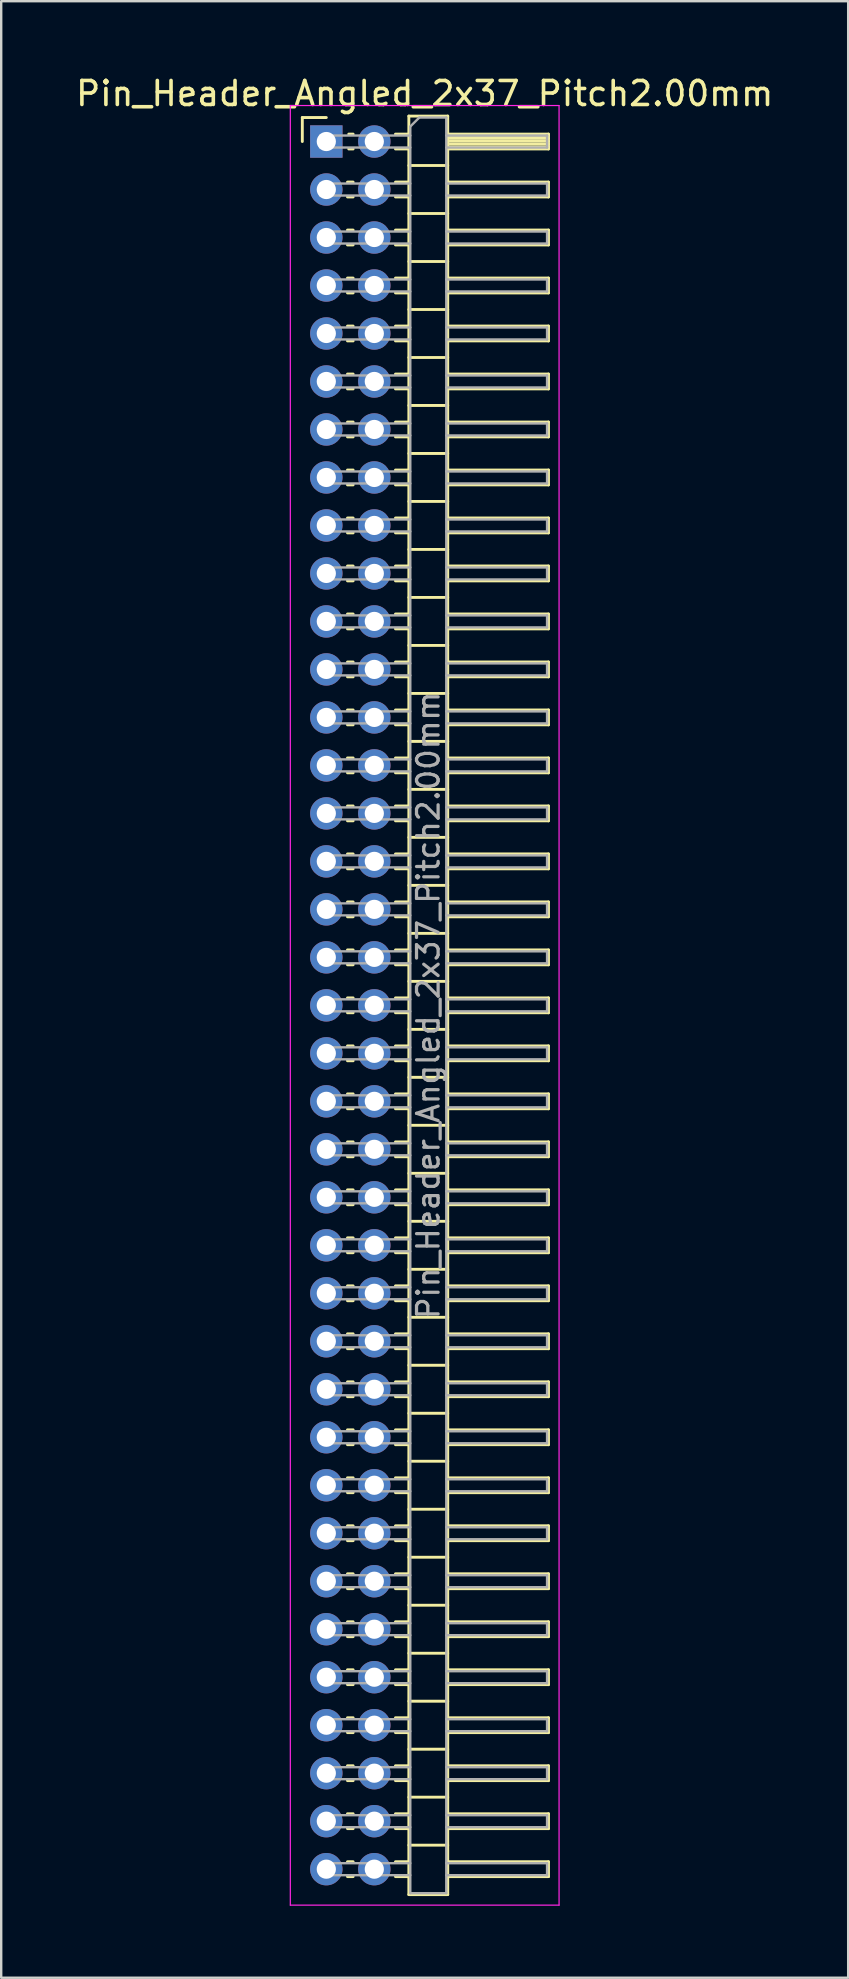
<source format=kicad_pcb>
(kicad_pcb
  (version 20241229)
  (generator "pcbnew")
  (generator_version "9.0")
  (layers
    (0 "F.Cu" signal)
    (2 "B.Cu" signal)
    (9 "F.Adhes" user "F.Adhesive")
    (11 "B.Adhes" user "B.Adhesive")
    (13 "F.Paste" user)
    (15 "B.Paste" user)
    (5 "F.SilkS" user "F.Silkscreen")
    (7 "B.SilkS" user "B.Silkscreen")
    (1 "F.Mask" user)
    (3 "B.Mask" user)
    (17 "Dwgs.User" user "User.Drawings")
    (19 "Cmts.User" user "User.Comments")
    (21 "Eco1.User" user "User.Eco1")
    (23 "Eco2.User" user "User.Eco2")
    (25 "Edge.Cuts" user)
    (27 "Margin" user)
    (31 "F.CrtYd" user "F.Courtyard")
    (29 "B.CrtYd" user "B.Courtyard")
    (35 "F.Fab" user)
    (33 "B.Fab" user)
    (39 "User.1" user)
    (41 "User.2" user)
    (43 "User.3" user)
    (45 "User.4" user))
  (footprint "Pin_Header_Angled_2x37_Pitch2.00mm"
    (layer "F.Cu")
    (at 10.549 2.848)
    (property "Reference" "Pin_Header_Angled_2x37_Pitch2.00mm" (at 4.1 -2 0) (layer "F.SilkS") (effects (font (size 1 1) (thickness 0.15))))
    (attr through_hole)
    (fp_line (start -1 -1) (end 0 -1) (stroke (width 0.12) (type solid)) (layer "F.SilkS"))
    (fp_line (start -1 0) (end -1 -1) (stroke (width 0.12) (type solid)) (layer "F.SilkS"))
    (fp_line (start 0.882 1.69) (end 1.118 1.69) (stroke (width 0.12) (type solid)) (layer "F.SilkS"))
    (fp_line (start 0.882 2.31) (end 1.118 2.31) (stroke (width 0.12) (type solid)) (layer "F.SilkS"))
    (fp_line (start 0.882 3.69) (end 1.118 3.69) (stroke (width 0.12) (type solid)) (layer "F.SilkS"))
    (fp_line (start 0.882 4.31) (end 1.118 4.31) (stroke (width 0.12) (type solid)) (layer "F.SilkS"))
    (fp_line (start 0.882 5.69) (end 1.118 5.69) (stroke (width 0.12) (type solid)) (layer "F.SilkS"))
    (fp_line (start 0.882 6.31) (end 1.118 6.31) (stroke (width 0.12) (type solid)) (layer "F.SilkS"))
    (fp_line (start 0.882 7.69) (end 1.118 7.69) (stroke (width 0.12) (type solid)) (layer "F.SilkS"))
    (fp_line (start 0.882 8.31) (end 1.118 8.31) (stroke (width 0.12) (type solid)) (layer "F.SilkS"))
    (fp_line (start 0.882 9.69) (end 1.118 9.69) (stroke (width 0.12) (type solid)) (layer "F.SilkS"))
    (fp_line (start 0.882 10.31) (end 1.118 10.31) (stroke (width 0.12) (type solid)) (layer "F.SilkS"))
    (fp_line (start 0.882 11.69) (end 1.118 11.69) (stroke (width 0.12) (type solid)) (layer "F.SilkS"))
    (fp_line (start 0.882 12.31) (end 1.118 12.31) (stroke (width 0.12) (type solid)) (layer "F.SilkS"))
    (fp_line (start 0.882 13.69) (end 1.118 13.69) (stroke (width 0.12) (type solid)) (layer "F.SilkS"))
    (fp_line (start 0.882 14.31) (end 1.118 14.31) (stroke (width 0.12) (type solid)) (layer "F.SilkS"))
    (fp_line (start 0.882 15.69) (end 1.118 15.69) (stroke (width 0.12) (type solid)) (layer "F.SilkS"))
    (fp_line (start 0.882 16.31) (end 1.118 16.31) (stroke (width 0.12) (type solid)) (layer "F.SilkS"))
    (fp_line (start 0.882 17.69) (end 1.118 17.69) (stroke (width 0.12) (type solid)) (layer "F.SilkS"))
    (fp_line (start 0.882 18.31) (end 1.118 18.31) (stroke (width 0.12) (type solid)) (layer "F.SilkS"))
    (fp_line (start 0.882 19.69) (end 1.118 19.69) (stroke (width 0.12) (type solid)) (layer "F.SilkS"))
    (fp_line (start 0.882 20.31) (end 1.118 20.31) (stroke (width 0.12) (type solid)) (layer "F.SilkS"))
    (fp_line (start 0.882 21.69) (end 1.118 21.69) (stroke (width 0.12) (type solid)) (layer "F.SilkS"))
    (fp_line (start 0.882 22.31) (end 1.118 22.31) (stroke (width 0.12) (type solid)) (layer "F.SilkS"))
    (fp_line (start 0.882 23.69) (end 1.118 23.69) (stroke (width 0.12) (type solid)) (layer "F.SilkS"))
    (fp_line (start 0.882 24.31) (end 1.118 24.31) (stroke (width 0.12) (type solid)) (layer "F.SilkS"))
    (fp_line (start 0.882 25.69) (end 1.118 25.69) (stroke (width 0.12) (type solid)) (layer "F.SilkS"))
    (fp_line (start 0.882 26.31) (end 1.118 26.31) (stroke (width 0.12) (type solid)) (layer "F.SilkS"))
    (fp_line (start 0.882 27.69) (end 1.118 27.69) (stroke (width 0.12) (type solid)) (layer "F.SilkS"))
    (fp_line (start 0.882 28.31) (end 1.118 28.31) (stroke (width 0.12) (type solid)) (layer "F.SilkS"))
    (fp_line (start 0.882 29.69) (end 1.118 29.69) (stroke (width 0.12) (type solid)) (layer "F.SilkS"))
    (fp_line (start 0.882 30.31) (end 1.118 30.31) (stroke (width 0.12) (type solid)) (layer "F.SilkS"))
    (fp_line (start 0.882 31.69) (end 1.118 31.69) (stroke (width 0.12) (type solid)) (layer "F.SilkS"))
    (fp_line (start 0.882 32.31) (end 1.118 32.31) (stroke (width 0.12) (type solid)) (layer "F.SilkS"))
    (fp_line (start 0.882 33.69) (end 1.118 33.69) (stroke (width 0.12) (type solid)) (layer "F.SilkS"))
    (fp_line (start 0.882 34.31) (end 1.118 34.31) (stroke (width 0.12) (type solid)) (layer "F.SilkS"))
    (fp_line (start 0.882 35.69) (end 1.118 35.69) (stroke (width 0.12) (type solid)) (layer "F.SilkS"))
    (fp_line (start 0.882 36.31) (end 1.118 36.31) (stroke (width 0.12) (type solid)) (layer "F.SilkS"))
    (fp_line (start 0.882 37.69) (end 1.118 37.69) (stroke (width 0.12) (type solid)) (layer "F.SilkS"))
    (fp_line (start 0.882 38.31) (end 1.118 38.31) (stroke (width 0.12) (type solid)) (layer "F.SilkS"))
    (fp_line (start 0.882 39.69) (end 1.118 39.69) (stroke (width 0.12) (type solid)) (layer "F.SilkS"))
    (fp_line (start 0.882 40.31) (end 1.118 40.31) (stroke (width 0.12) (type solid)) (layer "F.SilkS"))
    (fp_line (start 0.882 41.69) (end 1.118 41.69) (stroke (width 0.12) (type solid)) (layer "F.SilkS"))
    (fp_line (start 0.882 42.31) (end 1.118 42.31) (stroke (width 0.12) (type solid)) (layer "F.SilkS"))
    (fp_line (start 0.882 43.69) (end 1.118 43.69) (stroke (width 0.12) (type solid)) (layer "F.SilkS"))
    (fp_line (start 0.882 44.31) (end 1.118 44.31) (stroke (width 0.12) (type solid)) (layer "F.SilkS"))
    (fp_line (start 0.882 45.69) (end 1.118 45.69) (stroke (width 0.12) (type solid)) (layer "F.SilkS"))
    (fp_line (start 0.882 46.31) (end 1.118 46.31) (stroke (width 0.12) (type solid)) (layer "F.SilkS"))
    (fp_line (start 0.882 47.69) (end 1.118 47.69) (stroke (width 0.12) (type solid)) (layer "F.SilkS"))
    (fp_line (start 0.882 48.31) (end 1.118 48.31) (stroke (width 0.12) (type solid)) (layer "F.SilkS"))
    (fp_line (start 0.882 49.69) (end 1.118 49.69) (stroke (width 0.12) (type solid)) (layer "F.SilkS"))
    (fp_line (start 0.882 50.31) (end 1.118 50.31) (stroke (width 0.12) (type solid)) (layer "F.SilkS"))
    (fp_line (start 0.882 51.69) (end 1.118 51.69) (stroke (width 0.12) (type solid)) (layer "F.SilkS"))
    (fp_line (start 0.882 52.31) (end 1.118 52.31) (stroke (width 0.12) (type solid)) (layer "F.SilkS"))
    (fp_line (start 0.882 53.69) (end 1.118 53.69) (stroke (width 0.12) (type solid)) (layer "F.SilkS"))
    (fp_line (start 0.882 54.31) (end 1.118 54.31) (stroke (width 0.12) (type solid)) (layer "F.SilkS"))
    (fp_line (start 0.882 55.69) (end 1.118 55.69) (stroke (width 0.12) (type solid)) (layer "F.SilkS"))
    (fp_line (start 0.882 56.31) (end 1.118 56.31) (stroke (width 0.12) (type solid)) (layer "F.SilkS"))
    (fp_line (start 0.882 57.69) (end 1.118 57.69) (stroke (width 0.12) (type solid)) (layer "F.SilkS"))
    (fp_line (start 0.882 58.31) (end 1.118 58.31) (stroke (width 0.12) (type solid)) (layer "F.SilkS"))
    (fp_line (start 0.882 59.69) (end 1.118 59.69) (stroke (width 0.12) (type solid)) (layer "F.SilkS"))
    (fp_line (start 0.882 60.31) (end 1.118 60.31) (stroke (width 0.12) (type solid)) (layer "F.SilkS"))
    (fp_line (start 0.882 61.69) (end 1.118 61.69) (stroke (width 0.12) (type solid)) (layer "F.SilkS"))
    (fp_line (start 0.882 62.31) (end 1.118 62.31) (stroke (width 0.12) (type solid)) (layer "F.SilkS"))
    (fp_line (start 0.882 63.69) (end 1.118 63.69) (stroke (width 0.12) (type solid)) (layer "F.SilkS"))
    (fp_line (start 0.882 64.31) (end 1.118 64.31) (stroke (width 0.12) (type solid)) (layer "F.SilkS"))
    (fp_line (start 0.882 65.69) (end 1.118 65.69) (stroke (width 0.12) (type solid)) (layer "F.SilkS"))
    (fp_line (start 0.882 66.31) (end 1.118 66.31) (stroke (width 0.12) (type solid)) (layer "F.SilkS"))
    (fp_line (start 0.882 67.69) (end 1.118 67.69) (stroke (width 0.12) (type solid)) (layer "F.SilkS"))
    (fp_line (start 0.882 68.31) (end 1.118 68.31) (stroke (width 0.12) (type solid)) (layer "F.SilkS"))
    (fp_line (start 0.882 69.69) (end 1.118 69.69) (stroke (width 0.12) (type solid)) (layer "F.SilkS"))
    (fp_line (start 0.882 70.31) (end 1.118 70.31) (stroke (width 0.12) (type solid)) (layer "F.SilkS"))
    (fp_line (start 0.882 71.69) (end 1.118 71.69) (stroke (width 0.12) (type solid)) (layer "F.SilkS"))
    (fp_line (start 0.882 72.31) (end 1.118 72.31) (stroke (width 0.12) (type solid)) (layer "F.SilkS"))
    (fp_line (start 0.935 -0.31) (end 1.118 -0.31) (stroke (width 0.12) (type solid)) (layer "F.SilkS"))
    (fp_line (start 0.935 0.31) (end 1.118 0.31) (stroke (width 0.12) (type solid)) (layer "F.SilkS"))
    (fp_line (start 2.882 -0.31) (end 3.44 -0.31) (stroke (width 0.12) (type solid)) (layer "F.SilkS"))
    (fp_line (start 2.882 0.31) (end 3.44 0.31) (stroke (width 0.12) (type solid)) (layer "F.SilkS"))
    (fp_line (start 2.882 1.69) (end 3.44 1.69) (stroke (width 0.12) (type solid)) (layer "F.SilkS"))
    (fp_line (start 2.882 2.31) (end 3.44 2.31) (stroke (width 0.12) (type solid)) (layer "F.SilkS"))
    (fp_line (start 2.882 3.69) (end 3.44 3.69) (stroke (width 0.12) (type solid)) (layer "F.SilkS"))
    (fp_line (start 2.882 4.31) (end 3.44 4.31) (stroke (width 0.12) (type solid)) (layer "F.SilkS"))
    (fp_line (start 2.882 5.69) (end 3.44 5.69) (stroke (width 0.12) (type solid)) (layer "F.SilkS"))
    (fp_line (start 2.882 6.31) (end 3.44 6.31) (stroke (width 0.12) (type solid)) (layer "F.SilkS"))
    (fp_line (start 2.882 7.69) (end 3.44 7.69) (stroke (width 0.12) (type solid)) (layer "F.SilkS"))
    (fp_line (start 2.882 8.31) (end 3.44 8.31) (stroke (width 0.12) (type solid)) (layer "F.SilkS"))
    (fp_line (start 2.882 9.69) (end 3.44 9.69) (stroke (width 0.12) (type solid)) (layer "F.SilkS"))
    (fp_line (start 2.882 10.31) (end 3.44 10.31) (stroke (width 0.12) (type solid)) (layer "F.SilkS"))
    (fp_line (start 2.882 11.69) (end 3.44 11.69) (stroke (width 0.12) (type solid)) (layer "F.SilkS"))
    (fp_line (start 2.882 12.31) (end 3.44 12.31) (stroke (width 0.12) (type solid)) (layer "F.SilkS"))
    (fp_line (start 2.882 13.69) (end 3.44 13.69) (stroke (width 0.12) (type solid)) (layer "F.SilkS"))
    (fp_line (start 2.882 14.31) (end 3.44 14.31) (stroke (width 0.12) (type solid)) (layer "F.SilkS"))
    (fp_line (start 2.882 15.69) (end 3.44 15.69) (stroke (width 0.12) (type solid)) (layer "F.SilkS"))
    (fp_line (start 2.882 16.31) (end 3.44 16.31) (stroke (width 0.12) (type solid)) (layer "F.SilkS"))
    (fp_line (start 2.882 17.69) (end 3.44 17.69) (stroke (width 0.12) (type solid)) (layer "F.SilkS"))
    (fp_line (start 2.882 18.31) (end 3.44 18.31) (stroke (width 0.12) (type solid)) (layer "F.SilkS"))
    (fp_line (start 2.882 19.69) (end 3.44 19.69) (stroke (width 0.12) (type solid)) (layer "F.SilkS"))
    (fp_line (start 2.882 20.31) (end 3.44 20.31) (stroke (width 0.12) (type solid)) (layer "F.SilkS"))
    (fp_line (start 2.882 21.69) (end 3.44 21.69) (stroke (width 0.12) (type solid)) (layer "F.SilkS"))
    (fp_line (start 2.882 22.31) (end 3.44 22.31) (stroke (width 0.12) (type solid)) (layer "F.SilkS"))
    (fp_line (start 2.882 23.69) (end 3.44 23.69) (stroke (width 0.12) (type solid)) (layer "F.SilkS"))
    (fp_line (start 2.882 24.31) (end 3.44 24.31) (stroke (width 0.12) (type solid)) (layer "F.SilkS"))
    (fp_line (start 2.882 25.69) (end 3.44 25.69) (stroke (width 0.12) (type solid)) (layer "F.SilkS"))
    (fp_line (start 2.882 26.31) (end 3.44 26.31) (stroke (width 0.12) (type solid)) (layer "F.SilkS"))
    (fp_line (start 2.882 27.69) (end 3.44 27.69) (stroke (width 0.12) (type solid)) (layer "F.SilkS"))
    (fp_line (start 2.882 28.31) (end 3.44 28.31) (stroke (width 0.12) (type solid)) (layer "F.SilkS"))
    (fp_line (start 2.882 29.69) (end 3.44 29.69) (stroke (width 0.12) (type solid)) (layer "F.SilkS"))
    (fp_line (start 2.882 30.31) (end 3.44 30.31) (stroke (width 0.12) (type solid)) (layer "F.SilkS"))
    (fp_line (start 2.882 31.69) (end 3.44 31.69) (stroke (width 0.12) (type solid)) (layer "F.SilkS"))
    (fp_line (start 2.882 32.31) (end 3.44 32.31) (stroke (width 0.12) (type solid)) (layer "F.SilkS"))
    (fp_line (start 2.882 33.69) (end 3.44 33.69) (stroke (width 0.12) (type solid)) (layer "F.SilkS"))
    (fp_line (start 2.882 34.31) (end 3.44 34.31) (stroke (width 0.12) (type solid)) (layer "F.SilkS"))
    (fp_line (start 2.882 35.69) (end 3.44 35.69) (stroke (width 0.12) (type solid)) (layer "F.SilkS"))
    (fp_line (start 2.882 36.31) (end 3.44 36.31) (stroke (width 0.12) (type solid)) (layer "F.SilkS"))
    (fp_line (start 2.882 37.69) (end 3.44 37.69) (stroke (width 0.12) (type solid)) (layer "F.SilkS"))
    (fp_line (start 2.882 38.31) (end 3.44 38.31) (stroke (width 0.12) (type solid)) (layer "F.SilkS"))
    (fp_line (start 2.882 39.69) (end 3.44 39.69) (stroke (width 0.12) (type solid)) (layer "F.SilkS"))
    (fp_line (start 2.882 40.31) (end 3.44 40.31) (stroke (width 0.12) (type solid)) (layer "F.SilkS"))
    (fp_line (start 2.882 41.69) (end 3.44 41.69) (stroke (width 0.12) (type solid)) (layer "F.SilkS"))
    (fp_line (start 2.882 42.31) (end 3.44 42.31) (stroke (width 0.12) (type solid)) (layer "F.SilkS"))
    (fp_line (start 2.882 43.69) (end 3.44 43.69) (stroke (width 0.12) (type solid)) (layer "F.SilkS"))
    (fp_line (start 2.882 44.31) (end 3.44 44.31) (stroke (width 0.12) (type solid)) (layer "F.SilkS"))
    (fp_line (start 2.882 45.69) (end 3.44 45.69) (stroke (width 0.12) (type solid)) (layer "F.SilkS"))
    (fp_line (start 2.882 46.31) (end 3.44 46.31) (stroke (width 0.12) (type solid)) (layer "F.SilkS"))
    (fp_line (start 2.882 47.69) (end 3.44 47.69) (stroke (width 0.12) (type solid)) (layer "F.SilkS"))
    (fp_line (start 2.882 48.31) (end 3.44 48.31) (stroke (width 0.12) (type solid)) (layer "F.SilkS"))
    (fp_line (start 2.882 49.69) (end 3.44 49.69) (stroke (width 0.12) (type solid)) (layer "F.SilkS"))
    (fp_line (start 2.882 50.31) (end 3.44 50.31) (stroke (width 0.12) (type solid)) (layer "F.SilkS"))
    (fp_line (start 2.882 51.69) (end 3.44 51.69) (stroke (width 0.12) (type solid)) (layer "F.SilkS"))
    (fp_line (start 2.882 52.31) (end 3.44 52.31) (stroke (width 0.12) (type solid)) (layer "F.SilkS"))
    (fp_line (start 2.882 53.69) (end 3.44 53.69) (stroke (width 0.12) (type solid)) (layer "F.SilkS"))
    (fp_line (start 2.882 54.31) (end 3.44 54.31) (stroke (width 0.12) (type solid)) (layer "F.SilkS"))
    (fp_line (start 2.882 55.69) (end 3.44 55.69) (stroke (width 0.12) (type solid)) (layer "F.SilkS"))
    (fp_line (start 2.882 56.31) (end 3.44 56.31) (stroke (width 0.12) (type solid)) (layer "F.SilkS"))
    (fp_line (start 2.882 57.69) (end 3.44 57.69) (stroke (width 0.12) (type solid)) (layer "F.SilkS"))
    (fp_line (start 2.882 58.31) (end 3.44 58.31) (stroke (width 0.12) (type solid)) (layer "F.SilkS"))
    (fp_line (start 2.882 59.69) (end 3.44 59.69) (stroke (width 0.12) (type solid)) (layer "F.SilkS"))
    (fp_line (start 2.882 60.31) (end 3.44 60.31) (stroke (width 0.12) (type solid)) (layer "F.SilkS"))
    (fp_line (start 2.882 61.69) (end 3.44 61.69) (stroke (width 0.12) (type solid)) (layer "F.SilkS"))
    (fp_line (start 2.882 62.31) (end 3.44 62.31) (stroke (width 0.12) (type solid)) (layer "F.SilkS"))
    (fp_line (start 2.882 63.69) (end 3.44 63.69) (stroke (width 0.12) (type solid)) (layer "F.SilkS"))
    (fp_line (start 2.882 64.31) (end 3.44 64.31) (stroke (width 0.12) (type solid)) (layer "F.SilkS"))
    (fp_line (start 2.882 65.69) (end 3.44 65.69) (stroke (width 0.12) (type solid)) (layer "F.SilkS"))
    (fp_line (start 2.882 66.31) (end 3.44 66.31) (stroke (width 0.12) (type solid)) (layer "F.SilkS"))
    (fp_line (start 2.882 67.69) (end 3.44 67.69) (stroke (width 0.12) (type solid)) (layer "F.SilkS"))
    (fp_line (start 2.882 68.31) (end 3.44 68.31) (stroke (width 0.12) (type solid)) (layer "F.SilkS"))
    (fp_line (start 2.882 69.69) (end 3.44 69.69) (stroke (width 0.12) (type solid)) (layer "F.SilkS"))
    (fp_line (start 2.882 70.31) (end 3.44 70.31) (stroke (width 0.12) (type solid)) (layer "F.SilkS"))
    (fp_line (start 2.882 71.69) (end 3.44 71.69) (stroke (width 0.12) (type solid)) (layer "F.SilkS"))
    (fp_line (start 2.882 72.31) (end 3.44 72.31) (stroke (width 0.12) (type solid)) (layer "F.SilkS"))
    (fp_line (start 3.44 -1.06) (end 3.44 73.06) (stroke (width 0.12) (type solid)) (layer "F.SilkS"))
    (fp_line (start 3.44 1) (end 5.06 1) (stroke (width 0.12) (type solid)) (layer "F.SilkS"))
    (fp_line (start 3.44 3) (end 5.06 3) (stroke (width 0.12) (type solid)) (layer "F.SilkS"))
    (fp_line (start 3.44 5) (end 5.06 5) (stroke (width 0.12) (type solid)) (layer "F.SilkS"))
    (fp_line (start 3.44 7) (end 5.06 7) (stroke (width 0.12) (type solid)) (layer "F.SilkS"))
    (fp_line (start 3.44 9) (end 5.06 9) (stroke (width 0.12) (type solid)) (layer "F.SilkS"))
    (fp_line (start 3.44 11) (end 5.06 11) (stroke (width 0.12) (type solid)) (layer "F.SilkS"))
    (fp_line (start 3.44 13) (end 5.06 13) (stroke (width 0.12) (type solid)) (layer "F.SilkS"))
    (fp_line (start 3.44 15) (end 5.06 15) (stroke (width 0.12) (type solid)) (layer "F.SilkS"))
    (fp_line (start 3.44 17) (end 5.06 17) (stroke (width 0.12) (type solid)) (layer "F.SilkS"))
    (fp_line (start 3.44 19) (end 5.06 19) (stroke (width 0.12) (type solid)) (layer "F.SilkS"))
    (fp_line (start 3.44 21) (end 5.06 21) (stroke (width 0.12) (type solid)) (layer "F.SilkS"))
    (fp_line (start 3.44 23) (end 5.06 23) (stroke (width 0.12) (type solid)) (layer "F.SilkS"))
    (fp_line (start 3.44 25) (end 5.06 25) (stroke (width 0.12) (type solid)) (layer "F.SilkS"))
    (fp_line (start 3.44 27) (end 5.06 27) (stroke (width 0.12) (type solid)) (layer "F.SilkS"))
    (fp_line (start 3.44 29) (end 5.06 29) (stroke (width 0.12) (type solid)) (layer "F.SilkS"))
    (fp_line (start 3.44 31) (end 5.06 31) (stroke (width 0.12) (type solid)) (layer "F.SilkS"))
    (fp_line (start 3.44 33) (end 5.06 33) (stroke (width 0.12) (type solid)) (layer "F.SilkS"))
    (fp_line (start 3.44 35) (end 5.06 35) (stroke (width 0.12) (type solid)) (layer "F.SilkS"))
    (fp_line (start 3.44 37) (end 5.06 37) (stroke (width 0.12) (type solid)) (layer "F.SilkS"))
    (fp_line (start 3.44 39) (end 5.06 39) (stroke (width 0.12) (type solid)) (layer "F.SilkS"))
    (fp_line (start 3.44 41) (end 5.06 41) (stroke (width 0.12) (type solid)) (layer "F.SilkS"))
    (fp_line (start 3.44 43) (end 5.06 43) (stroke (width 0.12) (type solid)) (layer "F.SilkS"))
    (fp_line (start 3.44 45) (end 5.06 45) (stroke (width 0.12) (type solid)) (layer "F.SilkS"))
    (fp_line (start 3.44 47) (end 5.06 47) (stroke (width 0.12) (type solid)) (layer "F.SilkS"))
    (fp_line (start 3.44 49) (end 5.06 49) (stroke (width 0.12) (type solid)) (layer "F.SilkS"))
    (fp_line (start 3.44 51) (end 5.06 51) (stroke (width 0.12) (type solid)) (layer "F.SilkS"))
    (fp_line (start 3.44 53) (end 5.06 53) (stroke (width 0.12) (type solid)) (layer "F.SilkS"))
    (fp_line (start 3.44 55) (end 5.06 55) (stroke (width 0.12) (type solid)) (layer "F.SilkS"))
    (fp_line (start 3.44 57) (end 5.06 57) (stroke (width 0.12) (type solid)) (layer "F.SilkS"))
    (fp_line (start 3.44 59) (end 5.06 59) (stroke (width 0.12) (type solid)) (layer "F.SilkS"))
    (fp_line (start 3.44 61) (end 5.06 61) (stroke (width 0.12) (type solid)) (layer "F.SilkS"))
    (fp_line (start 3.44 63) (end 5.06 63) (stroke (width 0.12) (type solid)) (layer "F.SilkS"))
    (fp_line (start 3.44 65) (end 5.06 65) (stroke (width 0.12) (type solid)) (layer "F.SilkS"))
    (fp_line (start 3.44 67) (end 5.06 67) (stroke (width 0.12) (type solid)) (layer "F.SilkS"))
    (fp_line (start 3.44 69) (end 5.06 69) (stroke (width 0.12) (type solid)) (layer "F.SilkS"))
    (fp_line (start 3.44 71) (end 5.06 71) (stroke (width 0.12) (type solid)) (layer "F.SilkS"))
    (fp_line (start 3.44 73.06) (end 5.06 73.06) (stroke (width 0.12) (type solid)) (layer "F.SilkS"))
    (fp_line (start 5.06 -1.06) (end 3.44 -1.06) (stroke (width 0.12) (type solid)) (layer "F.SilkS"))
    (fp_line (start 5.06 -0.31) (end 9.26 -0.31) (stroke (width 0.12) (type solid)) (layer "F.SilkS"))
    (fp_line (start 5.06 -0.25) (end 9.26 -0.25) (stroke (width 0.12) (type solid)) (layer "F.SilkS"))
    (fp_line (start 5.06 -0.13) (end 9.26 -0.13) (stroke (width 0.12) (type solid)) (layer "F.SilkS"))
    (fp_line (start 5.06 -0.01) (end 9.26 -0.01) (stroke (width 0.12) (type solid)) (layer "F.SilkS"))
    (fp_line (start 5.06 0.11) (end 9.26 0.11) (stroke (width 0.12) (type solid)) (layer "F.SilkS"))
    (fp_line (start 5.06 0.23) (end 9.26 0.23) (stroke (width 0.12) (type solid)) (layer "F.SilkS"))
    (fp_line (start 5.06 1.69) (end 9.26 1.69) (stroke (width 0.12) (type solid)) (layer "F.SilkS"))
    (fp_line (start 5.06 3.69) (end 9.26 3.69) (stroke (width 0.12) (type solid)) (layer "F.SilkS"))
    (fp_line (start 5.06 5.69) (end 9.26 5.69) (stroke (width 0.12) (type solid)) (layer "F.SilkS"))
    (fp_line (start 5.06 7.69) (end 9.26 7.69) (stroke (width 0.12) (type solid)) (layer "F.SilkS"))
    (fp_line (start 5.06 9.69) (end 9.26 9.69) (stroke (width 0.12) (type solid)) (layer "F.SilkS"))
    (fp_line (start 5.06 11.69) (end 9.26 11.69) (stroke (width 0.12) (type solid)) (layer "F.SilkS"))
    (fp_line (start 5.06 13.69) (end 9.26 13.69) (stroke (width 0.12) (type solid)) (layer "F.SilkS"))
    (fp_line (start 5.06 15.69) (end 9.26 15.69) (stroke (width 0.12) (type solid)) (layer "F.SilkS"))
    (fp_line (start 5.06 17.69) (end 9.26 17.69) (stroke (width 0.12) (type solid)) (layer "F.SilkS"))
    (fp_line (start 5.06 19.69) (end 9.26 19.69) (stroke (width 0.12) (type solid)) (layer "F.SilkS"))
    (fp_line (start 5.06 21.69) (end 9.26 21.69) (stroke (width 0.12) (type solid)) (layer "F.SilkS"))
    (fp_line (start 5.06 23.69) (end 9.26 23.69) (stroke (width 0.12) (type solid)) (layer "F.SilkS"))
    (fp_line (start 5.06 25.69) (end 9.26 25.69) (stroke (width 0.12) (type solid)) (layer "F.SilkS"))
    (fp_line (start 5.06 27.69) (end 9.26 27.69) (stroke (width 0.12) (type solid)) (layer "F.SilkS"))
    (fp_line (start 5.06 29.69) (end 9.26 29.69) (stroke (width 0.12) (type solid)) (layer "F.SilkS"))
    (fp_line (start 5.06 31.69) (end 9.26 31.69) (stroke (width 0.12) (type solid)) (layer "F.SilkS"))
    (fp_line (start 5.06 33.69) (end 9.26 33.69) (stroke (width 0.12) (type solid)) (layer "F.SilkS"))
    (fp_line (start 5.06 35.69) (end 9.26 35.69) (stroke (width 0.12) (type solid)) (layer "F.SilkS"))
    (fp_line (start 5.06 37.69) (end 9.26 37.69) (stroke (width 0.12) (type solid)) (layer "F.SilkS"))
    (fp_line (start 5.06 39.69) (end 9.26 39.69) (stroke (width 0.12) (type solid)) (layer "F.SilkS"))
    (fp_line (start 5.06 41.69) (end 9.26 41.69) (stroke (width 0.12) (type solid)) (layer "F.SilkS"))
    (fp_line (start 5.06 43.69) (end 9.26 43.69) (stroke (width 0.12) (type solid)) (layer "F.SilkS"))
    (fp_line (start 5.06 45.69) (end 9.26 45.69) (stroke (width 0.12) (type solid)) (layer "F.SilkS"))
    (fp_line (start 5.06 47.69) (end 9.26 47.69) (stroke (width 0.12) (type solid)) (layer "F.SilkS"))
    (fp_line (start 5.06 49.69) (end 9.26 49.69) (stroke (width 0.12) (type solid)) (layer "F.SilkS"))
    (fp_line (start 5.06 51.69) (end 9.26 51.69) (stroke (width 0.12) (type solid)) (layer "F.SilkS"))
    (fp_line (start 5.06 53.69) (end 9.26 53.69) (stroke (width 0.12) (type solid)) (layer "F.SilkS"))
    (fp_line (start 5.06 55.69) (end 9.26 55.69) (stroke (width 0.12) (type solid)) (layer "F.SilkS"))
    (fp_line (start 5.06 57.69) (end 9.26 57.69) (stroke (width 0.12) (type solid)) (layer "F.SilkS"))
    (fp_line (start 5.06 59.69) (end 9.26 59.69) (stroke (width 0.12) (type solid)) (layer "F.SilkS"))
    (fp_line (start 5.06 61.69) (end 9.26 61.69) (stroke (width 0.12) (type solid)) (layer "F.SilkS"))
    (fp_line (start 5.06 63.69) (end 9.26 63.69) (stroke (width 0.12) (type solid)) (layer "F.SilkS"))
    (fp_line (start 5.06 65.69) (end 9.26 65.69) (stroke (width 0.12) (type solid)) (layer "F.SilkS"))
    (fp_line (start 5.06 67.69) (end 9.26 67.69) (stroke (width 0.12) (type solid)) (layer "F.SilkS"))
    (fp_line (start 5.06 69.69) (end 9.26 69.69) (stroke (width 0.12) (type solid)) (layer "F.SilkS"))
    (fp_line (start 5.06 71.69) (end 9.26 71.69) (stroke (width 0.12) (type solid)) (layer "F.SilkS"))
    (fp_line (start 5.06 73.06) (end 5.06 -1.06) (stroke (width 0.12) (type solid)) (layer "F.SilkS"))
    (fp_line (start 9.26 -0.31) (end 9.26 0.31) (stroke (width 0.12) (type solid)) (layer "F.SilkS"))
    (fp_line (start 9.26 0.31) (end 5.06 0.31) (stroke (width 0.12) (type solid)) (layer "F.SilkS"))
    (fp_line (start 9.26 1.69) (end 9.26 2.31) (stroke (width 0.12) (type solid)) (layer "F.SilkS"))
    (fp_line (start 9.26 2.31) (end 5.06 2.31) (stroke (width 0.12) (type solid)) (layer "F.SilkS"))
    (fp_line (start 9.26 3.69) (end 9.26 4.31) (stroke (width 0.12) (type solid)) (layer "F.SilkS"))
    (fp_line (start 9.26 4.31) (end 5.06 4.31) (stroke (width 0.12) (type solid)) (layer "F.SilkS"))
    (fp_line (start 9.26 5.69) (end 9.26 6.31) (stroke (width 0.12) (type solid)) (layer "F.SilkS"))
    (fp_line (start 9.26 6.31) (end 5.06 6.31) (stroke (width 0.12) (type solid)) (layer "F.SilkS"))
    (fp_line (start 9.26 7.69) (end 9.26 8.31) (stroke (width 0.12) (type solid)) (layer "F.SilkS"))
    (fp_line (start 9.26 8.31) (end 5.06 8.31) (stroke (width 0.12) (type solid)) (layer "F.SilkS"))
    (fp_line (start 9.26 9.69) (end 9.26 10.31) (stroke (width 0.12) (type solid)) (layer "F.SilkS"))
    (fp_line (start 9.26 10.31) (end 5.06 10.31) (stroke (width 0.12) (type solid)) (layer "F.SilkS"))
    (fp_line (start 9.26 11.69) (end 9.26 12.31) (stroke (width 0.12) (type solid)) (layer "F.SilkS"))
    (fp_line (start 9.26 12.31) (end 5.06 12.31) (stroke (width 0.12) (type solid)) (layer "F.SilkS"))
    (fp_line (start 9.26 13.69) (end 9.26 14.31) (stroke (width 0.12) (type solid)) (layer "F.SilkS"))
    (fp_line (start 9.26 14.31) (end 5.06 14.31) (stroke (width 0.12) (type solid)) (layer "F.SilkS"))
    (fp_line (start 9.26 15.69) (end 9.26 16.31) (stroke (width 0.12) (type solid)) (layer "F.SilkS"))
    (fp_line (start 9.26 16.31) (end 5.06 16.31) (stroke (width 0.12) (type solid)) (layer "F.SilkS"))
    (fp_line (start 9.26 17.69) (end 9.26 18.31) (stroke (width 0.12) (type solid)) (layer "F.SilkS"))
    (fp_line (start 9.26 18.31) (end 5.06 18.31) (stroke (width 0.12) (type solid)) (layer "F.SilkS"))
    (fp_line (start 9.26 19.69) (end 9.26 20.31) (stroke (width 0.12) (type solid)) (layer "F.SilkS"))
    (fp_line (start 9.26 20.31) (end 5.06 20.31) (stroke (width 0.12) (type solid)) (layer "F.SilkS"))
    (fp_line (start 9.26 21.69) (end 9.26 22.31) (stroke (width 0.12) (type solid)) (layer "F.SilkS"))
    (fp_line (start 9.26 22.31) (end 5.06 22.31) (stroke (width 0.12) (type solid)) (layer "F.SilkS"))
    (fp_line (start 9.26 23.69) (end 9.26 24.31) (stroke (width 0.12) (type solid)) (layer "F.SilkS"))
    (fp_line (start 9.26 24.31) (end 5.06 24.31) (stroke (width 0.12) (type solid)) (layer "F.SilkS"))
    (fp_line (start 9.26 25.69) (end 9.26 26.31) (stroke (width 0.12) (type solid)) (layer "F.SilkS"))
    (fp_line (start 9.26 26.31) (end 5.06 26.31) (stroke (width 0.12) (type solid)) (layer "F.SilkS"))
    (fp_line (start 9.26 27.69) (end 9.26 28.31) (stroke (width 0.12) (type solid)) (layer "F.SilkS"))
    (fp_line (start 9.26 28.31) (end 5.06 28.31) (stroke (width 0.12) (type solid)) (layer "F.SilkS"))
    (fp_line (start 9.26 29.69) (end 9.26 30.31) (stroke (width 0.12) (type solid)) (layer "F.SilkS"))
    (fp_line (start 9.26 30.31) (end 5.06 30.31) (stroke (width 0.12) (type solid)) (layer "F.SilkS"))
    (fp_line (start 9.26 31.69) (end 9.26 32.31) (stroke (width 0.12) (type solid)) (layer "F.SilkS"))
    (fp_line (start 9.26 32.31) (end 5.06 32.31) (stroke (width 0.12) (type solid)) (layer "F.SilkS"))
    (fp_line (start 9.26 33.69) (end 9.26 34.31) (stroke (width 0.12) (type solid)) (layer "F.SilkS"))
    (fp_line (start 9.26 34.31) (end 5.06 34.31) (stroke (width 0.12) (type solid)) (layer "F.SilkS"))
    (fp_line (start 9.26 35.69) (end 9.26 36.31) (stroke (width 0.12) (type solid)) (layer "F.SilkS"))
    (fp_line (start 9.26 36.31) (end 5.06 36.31) (stroke (width 0.12) (type solid)) (layer "F.SilkS"))
    (fp_line (start 9.26 37.69) (end 9.26 38.31) (stroke (width 0.12) (type solid)) (layer "F.SilkS"))
    (fp_line (start 9.26 38.31) (end 5.06 38.31) (stroke (width 0.12) (type solid)) (layer "F.SilkS"))
    (fp_line (start 9.26 39.69) (end 9.26 40.31) (stroke (width 0.12) (type solid)) (layer "F.SilkS"))
    (fp_line (start 9.26 40.31) (end 5.06 40.31) (stroke (width 0.12) (type solid)) (layer "F.SilkS"))
    (fp_line (start 9.26 41.69) (end 9.26 42.31) (stroke (width 0.12) (type solid)) (layer "F.SilkS"))
    (fp_line (start 9.26 42.31) (end 5.06 42.31) (stroke (width 0.12) (type solid)) (layer "F.SilkS"))
    (fp_line (start 9.26 43.69) (end 9.26 44.31) (stroke (width 0.12) (type solid)) (layer "F.SilkS"))
    (fp_line (start 9.26 44.31) (end 5.06 44.31) (stroke (width 0.12) (type solid)) (layer "F.SilkS"))
    (fp_line (start 9.26 45.69) (end 9.26 46.31) (stroke (width 0.12) (type solid)) (layer "F.SilkS"))
    (fp_line (start 9.26 46.31) (end 5.06 46.31) (stroke (width 0.12) (type solid)) (layer "F.SilkS"))
    (fp_line (start 9.26 47.69) (end 9.26 48.31) (stroke (width 0.12) (type solid)) (layer "F.SilkS"))
    (fp_line (start 9.26 48.31) (end 5.06 48.31) (stroke (width 0.12) (type solid)) (layer "F.SilkS"))
    (fp_line (start 9.26 49.69) (end 9.26 50.31) (stroke (width 0.12) (type solid)) (layer "F.SilkS"))
    (fp_line (start 9.26 50.31) (end 5.06 50.31) (stroke (width 0.12) (type solid)) (layer "F.SilkS"))
    (fp_line (start 9.26 51.69) (end 9.26 52.31) (stroke (width 0.12) (type solid)) (layer "F.SilkS"))
    (fp_line (start 9.26 52.31) (end 5.06 52.31) (stroke (width 0.12) (type solid)) (layer "F.SilkS"))
    (fp_line (start 9.26 53.69) (end 9.26 54.31) (stroke (width 0.12) (type solid)) (layer "F.SilkS"))
    (fp_line (start 9.26 54.31) (end 5.06 54.31) (stroke (width 0.12) (type solid)) (layer "F.SilkS"))
    (fp_line (start 9.26 55.69) (end 9.26 56.31) (stroke (width 0.12) (type solid)) (layer "F.SilkS"))
    (fp_line (start 9.26 56.31) (end 5.06 56.31) (stroke (width 0.12) (type solid)) (layer "F.SilkS"))
    (fp_line (start 9.26 57.69) (end 9.26 58.31) (stroke (width 0.12) (type solid)) (layer "F.SilkS"))
    (fp_line (start 9.26 58.31) (end 5.06 58.31) (stroke (width 0.12) (type solid)) (layer "F.SilkS"))
    (fp_line (start 9.26 59.69) (end 9.26 60.31) (stroke (width 0.12) (type solid)) (layer "F.SilkS"))
    (fp_line (start 9.26 60.31) (end 5.06 60.31) (stroke (width 0.12) (type solid)) (layer "F.SilkS"))
    (fp_line (start 9.26 61.69) (end 9.26 62.31) (stroke (width 0.12) (type solid)) (layer "F.SilkS"))
    (fp_line (start 9.26 62.31) (end 5.06 62.31) (stroke (width 0.12) (type solid)) (layer "F.SilkS"))
    (fp_line (start 9.26 63.69) (end 9.26 64.31) (stroke (width 0.12) (type solid)) (layer "F.SilkS"))
    (fp_line (start 9.26 64.31) (end 5.06 64.31) (stroke (width 0.12) (type solid)) (layer "F.SilkS"))
    (fp_line (start 9.26 65.69) (end 9.26 66.31) (stroke (width 0.12) (type solid)) (layer "F.SilkS"))
    (fp_line (start 9.26 66.31) (end 5.06 66.31) (stroke (width 0.12) (type solid)) (layer "F.SilkS"))
    (fp_line (start 9.26 67.69) (end 9.26 68.31) (stroke (width 0.12) (type solid)) (layer "F.SilkS"))
    (fp_line (start 9.26 68.31) (end 5.06 68.31) (stroke (width 0.12) (type solid)) (layer "F.SilkS"))
    (fp_line (start 9.26 69.69) (end 9.26 70.31) (stroke (width 0.12) (type solid)) (layer "F.SilkS"))
    (fp_line (start 9.26 70.31) (end 5.06 70.31) (stroke (width 0.12) (type solid)) (layer "F.SilkS"))
    (fp_line (start 9.26 71.69) (end 9.26 72.31) (stroke (width 0.12) (type solid)) (layer "F.SilkS"))
    (fp_line (start 9.26 72.31) (end 5.06 72.31) (stroke (width 0.12) (type solid)) (layer "F.SilkS"))
    (fp_line (start -1.5 -1.5) (end -1.5 73.5) (stroke (width 0.05) (type solid)) (layer "F.CrtYd"))
    (fp_line (start -1.5 73.5) (end 9.7 73.5) (stroke (width 0.05) (type solid)) (layer "F.CrtYd"))
    (fp_line (start 9.7 -1.5) (end -1.5 -1.5) (stroke (width 0.05) (type solid)) (layer "F.CrtYd"))
    (fp_line (start 9.7 73.5) (end 9.7 -1.5) (stroke (width 0.05) (type solid)) (layer "F.CrtYd"))
    (fp_line (start -0.25 -0.25) (end -0.25 0.25) (stroke (width 0.1) (type solid)) (layer "F.Fab"))
    (fp_line (start -0.25 -0.25) (end 3.5 -0.25) (stroke (width 0.1) (type solid)) (layer "F.Fab"))
    (fp_line (start -0.25 0.25) (end 3.5 0.25) (stroke (width 0.1) (type solid)) (layer "F.Fab"))
    (fp_line (start -0.25 1.75) (end -0.25 2.25) (stroke (width 0.1) (type solid)) (layer "F.Fab"))
    (fp_line (start -0.25 1.75) (end 3.5 1.75) (stroke (width 0.1) (type solid)) (layer "F.Fab"))
    (fp_line (start -0.25 2.25) (end 3.5 2.25) (stroke (width 0.1) (type solid)) (layer "F.Fab"))
    (fp_line (start -0.25 3.75) (end -0.25 4.25) (stroke (width 0.1) (type solid)) (layer "F.Fab"))
    (fp_line (start -0.25 3.75) (end 3.5 3.75) (stroke (width 0.1) (type solid)) (layer "F.Fab"))
    (fp_line (start -0.25 4.25) (end 3.5 4.25) (stroke (width 0.1) (type solid)) (layer "F.Fab"))
    (fp_line (start -0.25 5.75) (end -0.25 6.25) (stroke (width 0.1) (type solid)) (layer "F.Fab"))
    (fp_line (start -0.25 5.75) (end 3.5 5.75) (stroke (width 0.1) (type solid)) (layer "F.Fab"))
    (fp_line (start -0.25 6.25) (end 3.5 6.25) (stroke (width 0.1) (type solid)) (layer "F.Fab"))
    (fp_line (start -0.25 7.75) (end -0.25 8.25) (stroke (width 0.1) (type solid)) (layer "F.Fab"))
    (fp_line (start -0.25 7.75) (end 3.5 7.75) (stroke (width 0.1) (type solid)) (layer "F.Fab"))
    (fp_line (start -0.25 8.25) (end 3.5 8.25) (stroke (width 0.1) (type solid)) (layer "F.Fab"))
    (fp_line (start -0.25 9.75) (end -0.25 10.25) (stroke (width 0.1) (type solid)) (layer "F.Fab"))
    (fp_line (start -0.25 9.75) (end 3.5 9.75) (stroke (width 0.1) (type solid)) (layer "F.Fab"))
    (fp_line (start -0.25 10.25) (end 3.5 10.25) (stroke (width 0.1) (type solid)) (layer "F.Fab"))
    (fp_line (start -0.25 11.75) (end -0.25 12.25) (stroke (width 0.1) (type solid)) (layer "F.Fab"))
    (fp_line (start -0.25 11.75) (end 3.5 11.75) (stroke (width 0.1) (type solid)) (layer "F.Fab"))
    (fp_line (start -0.25 12.25) (end 3.5 12.25) (stroke (width 0.1) (type solid)) (layer "F.Fab"))
    (fp_line (start -0.25 13.75) (end -0.25 14.25) (stroke (width 0.1) (type solid)) (layer "F.Fab"))
    (fp_line (start -0.25 13.75) (end 3.5 13.75) (stroke (width 0.1) (type solid)) (layer "F.Fab"))
    (fp_line (start -0.25 14.25) (end 3.5 14.25) (stroke (width 0.1) (type solid)) (layer "F.Fab"))
    (fp_line (start -0.25 15.75) (end -0.25 16.25) (stroke (width 0.1) (type solid)) (layer "F.Fab"))
    (fp_line (start -0.25 15.75) (end 3.5 15.75) (stroke (width 0.1) (type solid)) (layer "F.Fab"))
    (fp_line (start -0.25 16.25) (end 3.5 16.25) (stroke (width 0.1) (type solid)) (layer "F.Fab"))
    (fp_line (start -0.25 17.75) (end -0.25 18.25) (stroke (width 0.1) (type solid)) (layer "F.Fab"))
    (fp_line (start -0.25 17.75) (end 3.5 17.75) (stroke (width 0.1) (type solid)) (layer "F.Fab"))
    (fp_line (start -0.25 18.25) (end 3.5 18.25) (stroke (width 0.1) (type solid)) (layer "F.Fab"))
    (fp_line (start -0.25 19.75) (end -0.25 20.25) (stroke (width 0.1) (type solid)) (layer "F.Fab"))
    (fp_line (start -0.25 19.75) (end 3.5 19.75) (stroke (width 0.1) (type solid)) (layer "F.Fab"))
    (fp_line (start -0.25 20.25) (end 3.5 20.25) (stroke (width 0.1) (type solid)) (layer "F.Fab"))
    (fp_line (start -0.25 21.75) (end -0.25 22.25) (stroke (width 0.1) (type solid)) (layer "F.Fab"))
    (fp_line (start -0.25 21.75) (end 3.5 21.75) (stroke (width 0.1) (type solid)) (layer "F.Fab"))
    (fp_line (start -0.25 22.25) (end 3.5 22.25) (stroke (width 0.1) (type solid)) (layer "F.Fab"))
    (fp_line (start -0.25 23.75) (end -0.25 24.25) (stroke (width 0.1) (type solid)) (layer "F.Fab"))
    (fp_line (start -0.25 23.75) (end 3.5 23.75) (stroke (width 0.1) (type solid)) (layer "F.Fab"))
    (fp_line (start -0.25 24.25) (end 3.5 24.25) (stroke (width 0.1) (type solid)) (layer "F.Fab"))
    (fp_line (start -0.25 25.75) (end -0.25 26.25) (stroke (width 0.1) (type solid)) (layer "F.Fab"))
    (fp_line (start -0.25 25.75) (end 3.5 25.75) (stroke (width 0.1) (type solid)) (layer "F.Fab"))
    (fp_line (start -0.25 26.25) (end 3.5 26.25) (stroke (width 0.1) (type solid)) (layer "F.Fab"))
    (fp_line (start -0.25 27.75) (end -0.25 28.25) (stroke (width 0.1) (type solid)) (layer "F.Fab"))
    (fp_line (start -0.25 27.75) (end 3.5 27.75) (stroke (width 0.1) (type solid)) (layer "F.Fab"))
    (fp_line (start -0.25 28.25) (end 3.5 28.25) (stroke (width 0.1) (type solid)) (layer "F.Fab"))
    (fp_line (start -0.25 29.75) (end -0.25 30.25) (stroke (width 0.1) (type solid)) (layer "F.Fab"))
    (fp_line (start -0.25 29.75) (end 3.5 29.75) (stroke (width 0.1) (type solid)) (layer "F.Fab"))
    (fp_line (start -0.25 30.25) (end 3.5 30.25) (stroke (width 0.1) (type solid)) (layer "F.Fab"))
    (fp_line (start -0.25 31.75) (end -0.25 32.25) (stroke (width 0.1) (type solid)) (layer "F.Fab"))
    (fp_line (start -0.25 31.75) (end 3.5 31.75) (stroke (width 0.1) (type solid)) (layer "F.Fab"))
    (fp_line (start -0.25 32.25) (end 3.5 32.25) (stroke (width 0.1) (type solid)) (layer "F.Fab"))
    (fp_line (start -0.25 33.75) (end -0.25 34.25) (stroke (width 0.1) (type solid)) (layer "F.Fab"))
    (fp_line (start -0.25 33.75) (end 3.5 33.75) (stroke (width 0.1) (type solid)) (layer "F.Fab"))
    (fp_line (start -0.25 34.25) (end 3.5 34.25) (stroke (width 0.1) (type solid)) (layer "F.Fab"))
    (fp_line (start -0.25 35.75) (end -0.25 36.25) (stroke (width 0.1) (type solid)) (layer "F.Fab"))
    (fp_line (start -0.25 35.75) (end 3.5 35.75) (stroke (width 0.1) (type solid)) (layer "F.Fab"))
    (fp_line (start -0.25 36.25) (end 3.5 36.25) (stroke (width 0.1) (type solid)) (layer "F.Fab"))
    (fp_line (start -0.25 37.75) (end -0.25 38.25) (stroke (width 0.1) (type solid)) (layer "F.Fab"))
    (fp_line (start -0.25 37.75) (end 3.5 37.75) (stroke (width 0.1) (type solid)) (layer "F.Fab"))
    (fp_line (start -0.25 38.25) (end 3.5 38.25) (stroke (width 0.1) (type solid)) (layer "F.Fab"))
    (fp_line (start -0.25 39.75) (end -0.25 40.25) (stroke (width 0.1) (type solid)) (layer "F.Fab"))
    (fp_line (start -0.25 39.75) (end 3.5 39.75) (stroke (width 0.1) (type solid)) (layer "F.Fab"))
    (fp_line (start -0.25 40.25) (end 3.5 40.25) (stroke (width 0.1) (type solid)) (layer "F.Fab"))
    (fp_line (start -0.25 41.75) (end -0.25 42.25) (stroke (width 0.1) (type solid)) (layer "F.Fab"))
    (fp_line (start -0.25 41.75) (end 3.5 41.75) (stroke (width 0.1) (type solid)) (layer "F.Fab"))
    (fp_line (start -0.25 42.25) (end 3.5 42.25) (stroke (width 0.1) (type solid)) (layer "F.Fab"))
    (fp_line (start -0.25 43.75) (end -0.25 44.25) (stroke (width 0.1) (type solid)) (layer "F.Fab"))
    (fp_line (start -0.25 43.75) (end 3.5 43.75) (stroke (width 0.1) (type solid)) (layer "F.Fab"))
    (fp_line (start -0.25 44.25) (end 3.5 44.25) (stroke (width 0.1) (type solid)) (layer "F.Fab"))
    (fp_line (start -0.25 45.75) (end -0.25 46.25) (stroke (width 0.1) (type solid)) (layer "F.Fab"))
    (fp_line (start -0.25 45.75) (end 3.5 45.75) (stroke (width 0.1) (type solid)) (layer "F.Fab"))
    (fp_line (start -0.25 46.25) (end 3.5 46.25) (stroke (width 0.1) (type solid)) (layer "F.Fab"))
    (fp_line (start -0.25 47.75) (end -0.25 48.25) (stroke (width 0.1) (type solid)) (layer "F.Fab"))
    (fp_line (start -0.25 47.75) (end 3.5 47.75) (stroke (width 0.1) (type solid)) (layer "F.Fab"))
    (fp_line (start -0.25 48.25) (end 3.5 48.25) (stroke (width 0.1) (type solid)) (layer "F.Fab"))
    (fp_line (start -0.25 49.75) (end -0.25 50.25) (stroke (width 0.1) (type solid)) (layer "F.Fab"))
    (fp_line (start -0.25 49.75) (end 3.5 49.75) (stroke (width 0.1) (type solid)) (layer "F.Fab"))
    (fp_line (start -0.25 50.25) (end 3.5 50.25) (stroke (width 0.1) (type solid)) (layer "F.Fab"))
    (fp_line (start -0.25 51.75) (end -0.25 52.25) (stroke (width 0.1) (type solid)) (layer "F.Fab"))
    (fp_line (start -0.25 51.75) (end 3.5 51.75) (stroke (width 0.1) (type solid)) (layer "F.Fab"))
    (fp_line (start -0.25 52.25) (end 3.5 52.25) (stroke (width 0.1) (type solid)) (layer "F.Fab"))
    (fp_line (start -0.25 53.75) (end -0.25 54.25) (stroke (width 0.1) (type solid)) (layer "F.Fab"))
    (fp_line (start -0.25 53.75) (end 3.5 53.75) (stroke (width 0.1) (type solid)) (layer "F.Fab"))
    (fp_line (start -0.25 54.25) (end 3.5 54.25) (stroke (width 0.1) (type solid)) (layer "F.Fab"))
    (fp_line (start -0.25 55.75) (end -0.25 56.25) (stroke (width 0.1) (type solid)) (layer "F.Fab"))
    (fp_line (start -0.25 55.75) (end 3.5 55.75) (stroke (width 0.1) (type solid)) (layer "F.Fab"))
    (fp_line (start -0.25 56.25) (end 3.5 56.25) (stroke (width 0.1) (type solid)) (layer "F.Fab"))
    (fp_line (start -0.25 57.75) (end -0.25 58.25) (stroke (width 0.1) (type solid)) (layer "F.Fab"))
    (fp_line (start -0.25 57.75) (end 3.5 57.75) (stroke (width 0.1) (type solid)) (layer "F.Fab"))
    (fp_line (start -0.25 58.25) (end 3.5 58.25) (stroke (width 0.1) (type solid)) (layer "F.Fab"))
    (fp_line (start -0.25 59.75) (end -0.25 60.25) (stroke (width 0.1) (type solid)) (layer "F.Fab"))
    (fp_line (start -0.25 59.75) (end 3.5 59.75) (stroke (width 0.1) (type solid)) (layer "F.Fab"))
    (fp_line (start -0.25 60.25) (end 3.5 60.25) (stroke (width 0.1) (type solid)) (layer "F.Fab"))
    (fp_line (start -0.25 61.75) (end -0.25 62.25) (stroke (width 0.1) (type solid)) (layer "F.Fab"))
    (fp_line (start -0.25 61.75) (end 3.5 61.75) (stroke (width 0.1) (type solid)) (layer "F.Fab"))
    (fp_line (start -0.25 62.25) (end 3.5 62.25) (stroke (width 0.1) (type solid)) (layer "F.Fab"))
    (fp_line (start -0.25 63.75) (end -0.25 64.25) (stroke (width 0.1) (type solid)) (layer "F.Fab"))
    (fp_line (start -0.25 63.75) (end 3.5 63.75) (stroke (width 0.1) (type solid)) (layer "F.Fab"))
    (fp_line (start -0.25 64.25) (end 3.5 64.25) (stroke (width 0.1) (type solid)) (layer "F.Fab"))
    (fp_line (start -0.25 65.75) (end -0.25 66.25) (stroke (width 0.1) (type solid)) (layer "F.Fab"))
    (fp_line (start -0.25 65.75) (end 3.5 65.75) (stroke (width 0.1) (type solid)) (layer "F.Fab"))
    (fp_line (start -0.25 66.25) (end 3.5 66.25) (stroke (width 0.1) (type solid)) (layer "F.Fab"))
    (fp_line (start -0.25 67.75) (end -0.25 68.25) (stroke (width 0.1) (type solid)) (layer "F.Fab"))
    (fp_line (start -0.25 67.75) (end 3.5 67.75) (stroke (width 0.1) (type solid)) (layer "F.Fab"))
    (fp_line (start -0.25 68.25) (end 3.5 68.25) (stroke (width 0.1) (type solid)) (layer "F.Fab"))
    (fp_line (start -0.25 69.75) (end -0.25 70.25) (stroke (width 0.1) (type solid)) (layer "F.Fab"))
    (fp_line (start -0.25 69.75) (end 3.5 69.75) (stroke (width 0.1) (type solid)) (layer "F.Fab"))
    (fp_line (start -0.25 70.25) (end 3.5 70.25) (stroke (width 0.1) (type solid)) (layer "F.Fab"))
    (fp_line (start -0.25 71.75) (end -0.25 72.25) (stroke (width 0.1) (type solid)) (layer "F.Fab"))
    (fp_line (start -0.25 71.75) (end 3.5 71.75) (stroke (width 0.1) (type solid)) (layer "F.Fab"))
    (fp_line (start -0.25 72.25) (end 3.5 72.25) (stroke (width 0.1) (type solid)) (layer "F.Fab"))
    (fp_line (start 3.5 -0.625) (end 3.875 -1) (stroke (width 0.1) (type solid)) (layer "F.Fab"))
    (fp_line (start 3.5 73) (end 3.5 -0.625) (stroke (width 0.1) (type solid)) (layer "F.Fab"))
    (fp_line (start 3.875 -1) (end 5 -1) (stroke (width 0.1) (type solid)) (layer "F.Fab"))
    (fp_line (start 5 -1) (end 5 73) (stroke (width 0.1) (type solid)) (layer "F.Fab"))
    (fp_line (start 5 -0.25) (end 9.2 -0.25) (stroke (width 0.1) (type solid)) (layer "F.Fab"))
    (fp_line (start 5 0.25) (end 9.2 0.25) (stroke (width 0.1) (type solid)) (layer "F.Fab"))
    (fp_line (start 5 1.75) (end 9.2 1.75) (stroke (width 0.1) (type solid)) (layer "F.Fab"))
    (fp_line (start 5 2.25) (end 9.2 2.25) (stroke (width 0.1) (type solid)) (layer "F.Fab"))
    (fp_line (start 5 3.75) (end 9.2 3.75) (stroke (width 0.1) (type solid)) (layer "F.Fab"))
    (fp_line (start 5 4.25) (end 9.2 4.25) (stroke (width 0.1) (type solid)) (layer "F.Fab"))
    (fp_line (start 5 5.75) (end 9.2 5.75) (stroke (width 0.1) (type solid)) (layer "F.Fab"))
    (fp_line (start 5 6.25) (end 9.2 6.25) (stroke (width 0.1) (type solid)) (layer "F.Fab"))
    (fp_line (start 5 7.75) (end 9.2 7.75) (stroke (width 0.1) (type solid)) (layer "F.Fab"))
    (fp_line (start 5 8.25) (end 9.2 8.25) (stroke (width 0.1) (type solid)) (layer "F.Fab"))
    (fp_line (start 5 9.75) (end 9.2 9.75) (stroke (width 0.1) (type solid)) (layer "F.Fab"))
    (fp_line (start 5 10.25) (end 9.2 10.25) (stroke (width 0.1) (type solid)) (layer "F.Fab"))
    (fp_line (start 5 11.75) (end 9.2 11.75) (stroke (width 0.1) (type solid)) (layer "F.Fab"))
    (fp_line (start 5 12.25) (end 9.2 12.25) (stroke (width 0.1) (type solid)) (layer "F.Fab"))
    (fp_line (start 5 13.75) (end 9.2 13.75) (stroke (width 0.1) (type solid)) (layer "F.Fab"))
    (fp_line (start 5 14.25) (end 9.2 14.25) (stroke (width 0.1) (type solid)) (layer "F.Fab"))
    (fp_line (start 5 15.75) (end 9.2 15.75) (stroke (width 0.1) (type solid)) (layer "F.Fab"))
    (fp_line (start 5 16.25) (end 9.2 16.25) (stroke (width 0.1) (type solid)) (layer "F.Fab"))
    (fp_line (start 5 17.75) (end 9.2 17.75) (stroke (width 0.1) (type solid)) (layer "F.Fab"))
    (fp_line (start 5 18.25) (end 9.2 18.25) (stroke (width 0.1) (type solid)) (layer "F.Fab"))
    (fp_line (start 5 19.75) (end 9.2 19.75) (stroke (width 0.1) (type solid)) (layer "F.Fab"))
    (fp_line (start 5 20.25) (end 9.2 20.25) (stroke (width 0.1) (type solid)) (layer "F.Fab"))
    (fp_line (start 5 21.75) (end 9.2 21.75) (stroke (width 0.1) (type solid)) (layer "F.Fab"))
    (fp_line (start 5 22.25) (end 9.2 22.25) (stroke (width 0.1) (type solid)) (layer "F.Fab"))
    (fp_line (start 5 23.75) (end 9.2 23.75) (stroke (width 0.1) (type solid)) (layer "F.Fab"))
    (fp_line (start 5 24.25) (end 9.2 24.25) (stroke (width 0.1) (type solid)) (layer "F.Fab"))
    (fp_line (start 5 25.75) (end 9.2 25.75) (stroke (width 0.1) (type solid)) (layer "F.Fab"))
    (fp_line (start 5 26.25) (end 9.2 26.25) (stroke (width 0.1) (type solid)) (layer "F.Fab"))
    (fp_line (start 5 27.75) (end 9.2 27.75) (stroke (width 0.1) (type solid)) (layer "F.Fab"))
    (fp_line (start 5 28.25) (end 9.2 28.25) (stroke (width 0.1) (type solid)) (layer "F.Fab"))
    (fp_line (start 5 29.75) (end 9.2 29.75) (stroke (width 0.1) (type solid)) (layer "F.Fab"))
    (fp_line (start 5 30.25) (end 9.2 30.25) (stroke (width 0.1) (type solid)) (layer "F.Fab"))
    (fp_line (start 5 31.75) (end 9.2 31.75) (stroke (width 0.1) (type solid)) (layer "F.Fab"))
    (fp_line (start 5 32.25) (end 9.2 32.25) (stroke (width 0.1) (type solid)) (layer "F.Fab"))
    (fp_line (start 5 33.75) (end 9.2 33.75) (stroke (width 0.1) (type solid)) (layer "F.Fab"))
    (fp_line (start 5 34.25) (end 9.2 34.25) (stroke (width 0.1) (type solid)) (layer "F.Fab"))
    (fp_line (start 5 35.75) (end 9.2 35.75) (stroke (width 0.1) (type solid)) (layer "F.Fab"))
    (fp_line (start 5 36.25) (end 9.2 36.25) (stroke (width 0.1) (type solid)) (layer "F.Fab"))
    (fp_line (start 5 37.75) (end 9.2 37.75) (stroke (width 0.1) (type solid)) (layer "F.Fab"))
    (fp_line (start 5 38.25) (end 9.2 38.25) (stroke (width 0.1) (type solid)) (layer "F.Fab"))
    (fp_line (start 5 39.75) (end 9.2 39.75) (stroke (width 0.1) (type solid)) (layer "F.Fab"))
    (fp_line (start 5 40.25) (end 9.2 40.25) (stroke (width 0.1) (type solid)) (layer "F.Fab"))
    (fp_line (start 5 41.75) (end 9.2 41.75) (stroke (width 0.1) (type solid)) (layer "F.Fab"))
    (fp_line (start 5 42.25) (end 9.2 42.25) (stroke (width 0.1) (type solid)) (layer "F.Fab"))
    (fp_line (start 5 43.75) (end 9.2 43.75) (stroke (width 0.1) (type solid)) (layer "F.Fab"))
    (fp_line (start 5 44.25) (end 9.2 44.25) (stroke (width 0.1) (type solid)) (layer "F.Fab"))
    (fp_line (start 5 45.75) (end 9.2 45.75) (stroke (width 0.1) (type solid)) (layer "F.Fab"))
    (fp_line (start 5 46.25) (end 9.2 46.25) (stroke (width 0.1) (type solid)) (layer "F.Fab"))
    (fp_line (start 5 47.75) (end 9.2 47.75) (stroke (width 0.1) (type solid)) (layer "F.Fab"))
    (fp_line (start 5 48.25) (end 9.2 48.25) (stroke (width 0.1) (type solid)) (layer "F.Fab"))
    (fp_line (start 5 49.75) (end 9.2 49.75) (stroke (width 0.1) (type solid)) (layer "F.Fab"))
    (fp_line (start 5 50.25) (end 9.2 50.25) (stroke (width 0.1) (type solid)) (layer "F.Fab"))
    (fp_line (start 5 51.75) (end 9.2 51.75) (stroke (width 0.1) (type solid)) (layer "F.Fab"))
    (fp_line (start 5 52.25) (end 9.2 52.25) (stroke (width 0.1) (type solid)) (layer "F.Fab"))
    (fp_line (start 5 53.75) (end 9.2 53.75) (stroke (width 0.1) (type solid)) (layer "F.Fab"))
    (fp_line (start 5 54.25) (end 9.2 54.25) (stroke (width 0.1) (type solid)) (layer "F.Fab"))
    (fp_line (start 5 55.75) (end 9.2 55.75) (stroke (width 0.1) (type solid)) (layer "F.Fab"))
    (fp_line (start 5 56.25) (end 9.2 56.25) (stroke (width 0.1) (type solid)) (layer "F.Fab"))
    (fp_line (start 5 57.75) (end 9.2 57.75) (stroke (width 0.1) (type solid)) (layer "F.Fab"))
    (fp_line (start 5 58.25) (end 9.2 58.25) (stroke (width 0.1) (type solid)) (layer "F.Fab"))
    (fp_line (start 5 59.75) (end 9.2 59.75) (stroke (width 0.1) (type solid)) (layer "F.Fab"))
    (fp_line (start 5 60.25) (end 9.2 60.25) (stroke (width 0.1) (type solid)) (layer "F.Fab"))
    (fp_line (start 5 61.75) (end 9.2 61.75) (stroke (width 0.1) (type solid)) (layer "F.Fab"))
    (fp_line (start 5 62.25) (end 9.2 62.25) (stroke (width 0.1) (type solid)) (layer "F.Fab"))
    (fp_line (start 5 63.75) (end 9.2 63.75) (stroke (width 0.1) (type solid)) (layer "F.Fab"))
    (fp_line (start 5 64.25) (end 9.2 64.25) (stroke (width 0.1) (type solid)) (layer "F.Fab"))
    (fp_line (start 5 65.75) (end 9.2 65.75) (stroke (width 0.1) (type solid)) (layer "F.Fab"))
    (fp_line (start 5 66.25) (end 9.2 66.25) (stroke (width 0.1) (type solid)) (layer "F.Fab"))
    (fp_line (start 5 67.75) (end 9.2 67.75) (stroke (width 0.1) (type solid)) (layer "F.Fab"))
    (fp_line (start 5 68.25) (end 9.2 68.25) (stroke (width 0.1) (type solid)) (layer "F.Fab"))
    (fp_line (start 5 69.75) (end 9.2 69.75) (stroke (width 0.1) (type solid)) (layer "F.Fab"))
    (fp_line (start 5 70.25) (end 9.2 70.25) (stroke (width 0.1) (type solid)) (layer "F.Fab"))
    (fp_line (start 5 71.75) (end 9.2 71.75) (stroke (width 0.1) (type solid)) (layer "F.Fab"))
    (fp_line (start 5 72.25) (end 9.2 72.25) (stroke (width 0.1) (type solid)) (layer "F.Fab"))
    (fp_line (start 5 73) (end 3.5 73) (stroke (width 0.1) (type solid)) (layer "F.Fab"))
    (fp_line (start 9.2 -0.25) (end 9.2 0.25) (stroke (width 0.1) (type solid)) (layer "F.Fab"))
    (fp_line (start 9.2 1.75) (end 9.2 2.25) (stroke (width 0.1) (type solid)) (layer "F.Fab"))
    (fp_line (start 9.2 3.75) (end 9.2 4.25) (stroke (width 0.1) (type solid)) (layer "F.Fab"))
    (fp_line (start 9.2 5.75) (end 9.2 6.25) (stroke (width 0.1) (type solid)) (layer "F.Fab"))
    (fp_line (start 9.2 7.75) (end 9.2 8.25) (stroke (width 0.1) (type solid)) (layer "F.Fab"))
    (fp_line (start 9.2 9.75) (end 9.2 10.25) (stroke (width 0.1) (type solid)) (layer "F.Fab"))
    (fp_line (start 9.2 11.75) (end 9.2 12.25) (stroke (width 0.1) (type solid)) (layer "F.Fab"))
    (fp_line (start 9.2 13.75) (end 9.2 14.25) (stroke (width 0.1) (type solid)) (layer "F.Fab"))
    (fp_line (start 9.2 15.75) (end 9.2 16.25) (stroke (width 0.1) (type solid)) (layer "F.Fab"))
    (fp_line (start 9.2 17.75) (end 9.2 18.25) (stroke (width 0.1) (type solid)) (layer "F.Fab"))
    (fp_line (start 9.2 19.75) (end 9.2 20.25) (stroke (width 0.1) (type solid)) (layer "F.Fab"))
    (fp_line (start 9.2 21.75) (end 9.2 22.25) (stroke (width 0.1) (type solid)) (layer "F.Fab"))
    (fp_line (start 9.2 23.75) (end 9.2 24.25) (stroke (width 0.1) (type solid)) (layer "F.Fab"))
    (fp_line (start 9.2 25.75) (end 9.2 26.25) (stroke (width 0.1) (type solid)) (layer "F.Fab"))
    (fp_line (start 9.2 27.75) (end 9.2 28.25) (stroke (width 0.1) (type solid)) (layer "F.Fab"))
    (fp_line (start 9.2 29.75) (end 9.2 30.25) (stroke (width 0.1) (type solid)) (layer "F.Fab"))
    (fp_line (start 9.2 31.75) (end 9.2 32.25) (stroke (width 0.1) (type solid)) (layer "F.Fab"))
    (fp_line (start 9.2 33.75) (end 9.2 34.25) (stroke (width 0.1) (type solid)) (layer "F.Fab"))
    (fp_line (start 9.2 35.75) (end 9.2 36.25) (stroke (width 0.1) (type solid)) (layer "F.Fab"))
    (fp_line (start 9.2 37.75) (end 9.2 38.25) (stroke (width 0.1) (type solid)) (layer "F.Fab"))
    (fp_line (start 9.2 39.75) (end 9.2 40.25) (stroke (width 0.1) (type solid)) (layer "F.Fab"))
    (fp_line (start 9.2 41.75) (end 9.2 42.25) (stroke (width 0.1) (type solid)) (layer "F.Fab"))
    (fp_line (start 9.2 43.75) (end 9.2 44.25) (stroke (width 0.1) (type solid)) (layer "F.Fab"))
    (fp_line (start 9.2 45.75) (end 9.2 46.25) (stroke (width 0.1) (type solid)) (layer "F.Fab"))
    (fp_line (start 9.2 47.75) (end 9.2 48.25) (stroke (width 0.1) (type solid)) (layer "F.Fab"))
    (fp_line (start 9.2 49.75) (end 9.2 50.25) (stroke (width 0.1) (type solid)) (layer "F.Fab"))
    (fp_line (start 9.2 51.75) (end 9.2 52.25) (stroke (width 0.1) (type solid)) (layer "F.Fab"))
    (fp_line (start 9.2 53.75) (end 9.2 54.25) (stroke (width 0.1) (type solid)) (layer "F.Fab"))
    (fp_line (start 9.2 55.75) (end 9.2 56.25) (stroke (width 0.1) (type solid)) (layer "F.Fab"))
    (fp_line (start 9.2 57.75) (end 9.2 58.25) (stroke (width 0.1) (type solid)) (layer "F.Fab"))
    (fp_line (start 9.2 59.75) (end 9.2 60.25) (stroke (width 0.1) (type solid)) (layer "F.Fab"))
    (fp_line (start 9.2 61.75) (end 9.2 62.25) (stroke (width 0.1) (type solid)) (layer "F.Fab"))
    (fp_line (start 9.2 63.75) (end 9.2 64.25) (stroke (width 0.1) (type solid)) (layer "F.Fab"))
    (fp_line (start 9.2 65.75) (end 9.2 66.25) (stroke (width 0.1) (type solid)) (layer "F.Fab"))
    (fp_line (start 9.2 67.75) (end 9.2 68.25) (stroke (width 0.1) (type solid)) (layer "F.Fab"))
    (fp_line (start 9.2 69.75) (end 9.2 70.25) (stroke (width 0.1) (type solid)) (layer "F.Fab"))
    (fp_line (start 9.2 71.75) (end 9.2 72.25) (stroke (width 0.1) (type solid)) (layer "F.Fab"))
    (fp_text user "${REFERENCE}" (at 4.25 36 90) (layer "F.Fab") (effects (font (size 0.9 0.9) (thickness 0.135))))
    (pad "1" thru_hole rect (at 0 0) (size 1.35 1.35) (drill 0.8) (layers "*.Cu" "*.Mask"))
    (pad "2" thru_hole oval (at 2 0) (size 1.35 1.35) (drill 0.8) (layers "*.Cu" "*.Mask"))
    (pad "3" thru_hole oval (at 0 2) (size 1.35 1.35) (drill 0.8) (layers "*.Cu" "*.Mask"))
    (pad "4" thru_hole oval (at 2 2) (size 1.35 1.35) (drill 0.8) (layers "*.Cu" "*.Mask"))
    (pad "5" thru_hole oval (at 0 4) (size 1.35 1.35) (drill 0.8) (layers "*.Cu" "*.Mask"))
    (pad "6" thru_hole oval (at 2 4) (size 1.35 1.35) (drill 0.8) (layers "*.Cu" "*.Mask"))
    (pad "7" thru_hole oval (at 0 6) (size 1.35 1.35) (drill 0.8) (layers "*.Cu" "*.Mask"))
    (pad "8" thru_hole oval (at 2 6) (size 1.35 1.35) (drill 0.8) (layers "*.Cu" "*.Mask"))
    (pad "9" thru_hole oval (at 0 8) (size 1.35 1.35) (drill 0.8) (layers "*.Cu" "*.Mask"))
    (pad "10" thru_hole oval (at 2 8) (size 1.35 1.35) (drill 0.8) (layers "*.Cu" "*.Mask"))
    (pad "11" thru_hole oval (at 0 10) (size 1.35 1.35) (drill 0.8) (layers "*.Cu" "*.Mask"))
    (pad "12" thru_hole oval (at 2 10) (size 1.35 1.35) (drill 0.8) (layers "*.Cu" "*.Mask"))
    (pad "13" thru_hole oval (at 0 12) (size 1.35 1.35) (drill 0.8) (layers "*.Cu" "*.Mask"))
    (pad "14" thru_hole oval (at 2 12) (size 1.35 1.35) (drill 0.8) (layers "*.Cu" "*.Mask"))
    (pad "15" thru_hole oval (at 0 14) (size 1.35 1.35) (drill 0.8) (layers "*.Cu" "*.Mask"))
    (pad "16" thru_hole oval (at 2 14) (size 1.35 1.35) (drill 0.8) (layers "*.Cu" "*.Mask"))
    (pad "17" thru_hole oval (at 0 16) (size 1.35 1.35) (drill 0.8) (layers "*.Cu" "*.Mask"))
    (pad "18" thru_hole oval (at 2 16) (size 1.35 1.35) (drill 0.8) (layers "*.Cu" "*.Mask"))
    (pad "19" thru_hole oval (at 0 18) (size 1.35 1.35) (drill 0.8) (layers "*.Cu" "*.Mask"))
    (pad "20" thru_hole oval (at 2 18) (size 1.35 1.35) (drill 0.8) (layers "*.Cu" "*.Mask"))
    (pad "21" thru_hole oval (at 0 20) (size 1.35 1.35) (drill 0.8) (layers "*.Cu" "*.Mask"))
    (pad "22" thru_hole oval (at 2 20) (size 1.35 1.35) (drill 0.8) (layers "*.Cu" "*.Mask"))
    (pad "23" thru_hole oval (at 0 22) (size 1.35 1.35) (drill 0.8) (layers "*.Cu" "*.Mask"))
    (pad "24" thru_hole oval (at 2 22) (size 1.35 1.35) (drill 0.8) (layers "*.Cu" "*.Mask"))
    (pad "25" thru_hole oval (at 0 24) (size 1.35 1.35) (drill 0.8) (layers "*.Cu" "*.Mask"))
    (pad "26" thru_hole oval (at 2 24) (size 1.35 1.35) (drill 0.8) (layers "*.Cu" "*.Mask"))
    (pad "27" thru_hole oval (at 0 26) (size 1.35 1.35) (drill 0.8) (layers "*.Cu" "*.Mask"))
    (pad "28" thru_hole oval (at 2 26) (size 1.35 1.35) (drill 0.8) (layers "*.Cu" "*.Mask"))
    (pad "29" thru_hole oval (at 0 28) (size 1.35 1.35) (drill 0.8) (layers "*.Cu" "*.Mask"))
    (pad "30" thru_hole oval (at 2 28) (size 1.35 1.35) (drill 0.8) (layers "*.Cu" "*.Mask"))
    (pad "31" thru_hole oval (at 0 30) (size 1.35 1.35) (drill 0.8) (layers "*.Cu" "*.Mask"))
    (pad "32" thru_hole oval (at 2 30) (size 1.35 1.35) (drill 0.8) (layers "*.Cu" "*.Mask"))
    (pad "33" thru_hole oval (at 0 32) (size 1.35 1.35) (drill 0.8) (layers "*.Cu" "*.Mask"))
    (pad "34" thru_hole oval (at 2 32) (size 1.35 1.35) (drill 0.8) (layers "*.Cu" "*.Mask"))
    (pad "35" thru_hole oval (at 0 34) (size 1.35 1.35) (drill 0.8) (layers "*.Cu" "*.Mask"))
    (pad "36" thru_hole oval (at 2 34) (size 1.35 1.35) (drill 0.8) (layers "*.Cu" "*.Mask"))
    (pad "37" thru_hole oval (at 0 36) (size 1.35 1.35) (drill 0.8) (layers "*.Cu" "*.Mask"))
    (pad "38" thru_hole oval (at 2 36) (size 1.35 1.35) (drill 0.8) (layers "*.Cu" "*.Mask"))
    (pad "39" thru_hole oval (at 0 38) (size 1.35 1.35) (drill 0.8) (layers "*.Cu" "*.Mask"))
    (pad "40" thru_hole oval (at 2 38) (size 1.35 1.35) (drill 0.8) (layers "*.Cu" "*.Mask"))
    (pad "41" thru_hole oval (at 0 40) (size 1.35 1.35) (drill 0.8) (layers "*.Cu" "*.Mask"))
    (pad "42" thru_hole oval (at 2 40) (size 1.35 1.35) (drill 0.8) (layers "*.Cu" "*.Mask"))
    (pad "43" thru_hole oval (at 0 42) (size 1.35 1.35) (drill 0.8) (layers "*.Cu" "*.Mask"))
    (pad "44" thru_hole oval (at 2 42) (size 1.35 1.35) (drill 0.8) (layers "*.Cu" "*.Mask"))
    (pad "45" thru_hole oval (at 0 44) (size 1.35 1.35) (drill 0.8) (layers "*.Cu" "*.Mask"))
    (pad "46" thru_hole oval (at 2 44) (size 1.35 1.35) (drill 0.8) (layers "*.Cu" "*.Mask"))
    (pad "47" thru_hole oval (at 0 46) (size 1.35 1.35) (drill 0.8) (layers "*.Cu" "*.Mask"))
    (pad "48" thru_hole oval (at 2 46) (size 1.35 1.35) (drill 0.8) (layers "*.Cu" "*.Mask"))
    (pad "49" thru_hole oval (at 0 48) (size 1.35 1.35) (drill 0.8) (layers "*.Cu" "*.Mask"))
    (pad "50" thru_hole oval (at 2 48) (size 1.35 1.35) (drill 0.8) (layers "*.Cu" "*.Mask"))
    (pad "51" thru_hole oval (at 0 50) (size 1.35 1.35) (drill 0.8) (layers "*.Cu" "*.Mask"))
    (pad "52" thru_hole oval (at 2 50) (size 1.35 1.35) (drill 0.8) (layers "*.Cu" "*.Mask"))
    (pad "53" thru_hole oval (at 0 52) (size 1.35 1.35) (drill 0.8) (layers "*.Cu" "*.Mask"))
    (pad "54" thru_hole oval (at 2 52) (size 1.35 1.35) (drill 0.8) (layers "*.Cu" "*.Mask"))
    (pad "55" thru_hole oval (at 0 54) (size 1.35 1.35) (drill 0.8) (layers "*.Cu" "*.Mask"))
    (pad "56" thru_hole oval (at 2 54) (size 1.35 1.35) (drill 0.8) (layers "*.Cu" "*.Mask"))
    (pad "57" thru_hole oval (at 0 56) (size 1.35 1.35) (drill 0.8) (layers "*.Cu" "*.Mask"))
    (pad "58" thru_hole oval (at 2 56) (size 1.35 1.35) (drill 0.8) (layers "*.Cu" "*.Mask"))
    (pad "59" thru_hole oval (at 0 58) (size 1.35 1.35) (drill 0.8) (layers "*.Cu" "*.Mask"))
    (pad "60" thru_hole oval (at 2 58) (size 1.35 1.35) (drill 0.8) (layers "*.Cu" "*.Mask"))
    (pad "61" thru_hole oval (at 0 60) (size 1.35 1.35) (drill 0.8) (layers "*.Cu" "*.Mask"))
    (pad "62" thru_hole oval (at 2 60) (size 1.35 1.35) (drill 0.8) (layers "*.Cu" "*.Mask"))
    (pad "63" thru_hole oval (at 0 62) (size 1.35 1.35) (drill 0.8) (layers "*.Cu" "*.Mask"))
    (pad "64" thru_hole oval (at 2 62) (size 1.35 1.35) (drill 0.8) (layers "*.Cu" "*.Mask"))
    (pad "65" thru_hole oval (at 0 64) (size 1.35 1.35) (drill 0.8) (layers "*.Cu" "*.Mask"))
    (pad "66" thru_hole oval (at 2 64) (size 1.35 1.35) (drill 0.8) (layers "*.Cu" "*.Mask"))
    (pad "67" thru_hole oval (at 0 66) (size 1.35 1.35) (drill 0.8) (layers "*.Cu" "*.Mask"))
    (pad "68" thru_hole oval (at 2 66) (size 1.35 1.35) (drill 0.8) (layers "*.Cu" "*.Mask"))
    (pad "69" thru_hole oval (at 0 68) (size 1.35 1.35) (drill 0.8) (layers "*.Cu" "*.Mask"))
    (pad "70" thru_hole oval (at 2 68) (size 1.35 1.35) (drill 0.8) (layers "*.Cu" "*.Mask"))
    (pad "71" thru_hole oval (at 0 70) (size 1.35 1.35) (drill 0.8) (layers "*.Cu" "*.Mask"))
    (pad "72" thru_hole oval (at 2 70) (size 1.35 1.35) (drill 0.8) (layers "*.Cu" "*.Mask"))
    (pad "73" thru_hole oval (at 0 72) (size 1.35 1.35) (drill 0.8) (layers "*.Cu" "*.Mask"))
    (pad "74" thru_hole oval (at 2 72) (size 1.35 1.35) (drill 0.8) (layers "*.Cu" "*.Mask")))
  (gr_rect
    (start -3 -3)
    (end 32.298 79.373)
    (stroke (width 0.1) (type default))
    (fill no)
    (layer "Edge.Cuts")))
</source>
